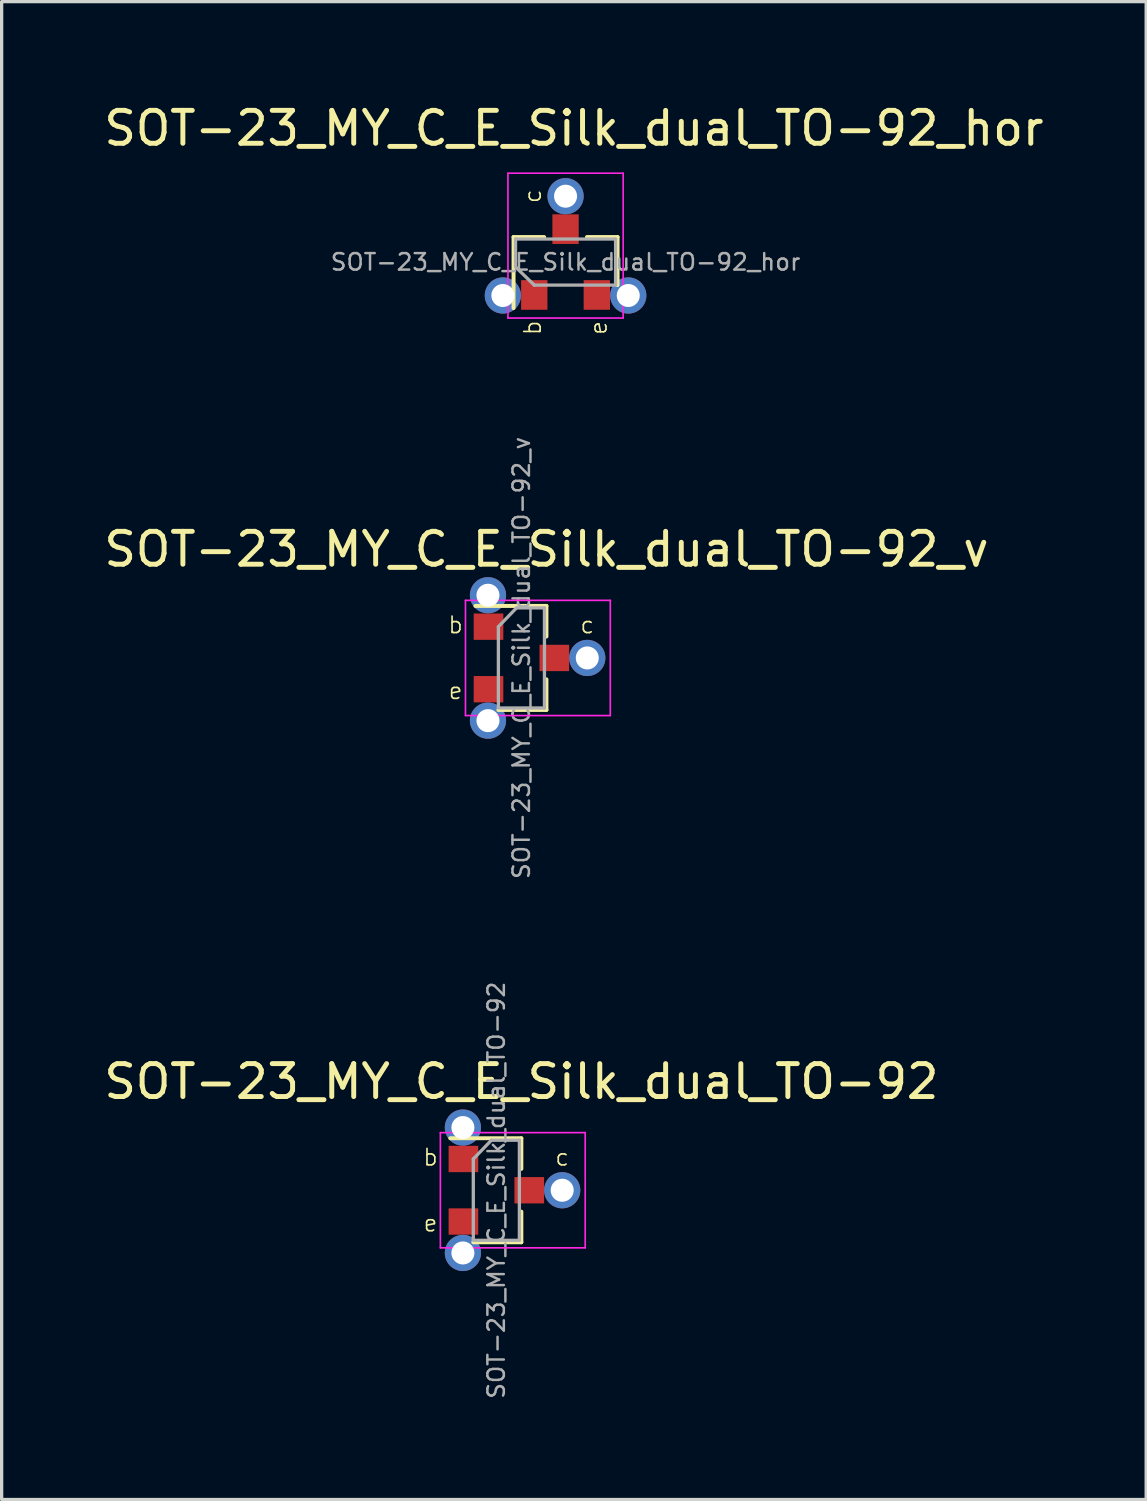
<source format=kicad_pcb>
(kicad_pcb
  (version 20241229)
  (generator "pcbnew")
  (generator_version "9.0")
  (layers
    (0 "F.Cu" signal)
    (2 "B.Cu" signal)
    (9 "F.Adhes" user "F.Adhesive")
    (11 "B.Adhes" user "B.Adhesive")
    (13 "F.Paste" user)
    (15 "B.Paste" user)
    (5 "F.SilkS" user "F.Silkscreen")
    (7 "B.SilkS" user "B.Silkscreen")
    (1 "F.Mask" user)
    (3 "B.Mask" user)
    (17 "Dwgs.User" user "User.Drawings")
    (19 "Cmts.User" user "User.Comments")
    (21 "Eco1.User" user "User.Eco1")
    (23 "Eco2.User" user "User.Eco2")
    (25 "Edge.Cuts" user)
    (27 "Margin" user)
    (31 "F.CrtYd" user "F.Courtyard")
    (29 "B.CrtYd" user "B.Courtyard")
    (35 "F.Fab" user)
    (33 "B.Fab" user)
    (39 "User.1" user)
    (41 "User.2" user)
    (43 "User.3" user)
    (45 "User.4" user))
  (footprint "SOT-23_MY_C_E_Silk_dual_TO-92_hor"
    (layer "F.Cu")
    (at 13.625 5.42)
    (property "Reference" "SOT-23_MY_C_E_Silk_dual_TO-92_hor" (at 0.762 -4.572 0) (layer "F.SilkS") (effects (font (size 1 1) (thickness 0.15))))
    (attr smd)
    (fp_line (start -1.072 -1.268) (end -1.072 0.892) (stroke (width 0.12) (type solid)) (layer "F.SilkS"))
    (fp_line (start -1.072 -1.268) (end -0.142 -1.268) (stroke (width 0.12) (type solid)) (layer "F.SilkS"))
    (fp_line (start 2.088 -1.268) (end 1.158 -1.268) (stroke (width 0.12) (type solid)) (layer "F.SilkS"))
    (fp_line (start 2.088 -1.268) (end 2.088 0.192) (stroke (width 0.12) (type solid)) (layer "F.SilkS"))
    (fp_line (start -1.242 -3.208) (end 2.258 -3.208) (stroke (width 0.05) (type solid)) (layer "F.CrtYd"))
    (fp_line (start -1.242 1.192) (end -1.242 -3.208) (stroke (width 0.05) (type solid)) (layer "F.CrtYd"))
    (fp_line (start 2.258 -3.208) (end 2.258 1.192) (stroke (width 0.05) (type solid)) (layer "F.CrtYd"))
    (fp_line (start 2.258 1.192) (end -1.242 1.192) (stroke (width 0.05) (type solid)) (layer "F.CrtYd"))
    (fp_line (start -1.012 -1.208) (end 2.028 -1.208) (stroke (width 0.1) (type solid)) (layer "F.Fab"))
    (fp_line (start -1.012 -0.358) (end -1.012 -1.208) (stroke (width 0.1) (type solid)) (layer "F.Fab"))
    (fp_line (start -0.442 0.192) (end -1.012 -0.358) (stroke (width 0.1) (type solid)) (layer "F.Fab"))
    (fp_line (start -0.442 0.192) (end 2.008 0.192) (stroke (width 0.1) (type solid)) (layer "F.Fab"))
    (fp_line (start 2.028 0.192) (end 2.028 -1.208) (stroke (width 0.1) (type solid)) (layer "F.Fab"))
    (fp_text user "b" (at -0.492 1.492 90) (unlocked yes) (layer "F.SilkS") (effects (font (size 0.5 0.5) (thickness 0.05))))
    (fp_text user "c" (at -0.492 -2.508 90) (unlocked yes) (layer "F.SilkS") (effects (font (size 0.5 0.5) (thickness 0.05))))
    (fp_text user "e" (at 1.508 1.492 90) (unlocked yes) (layer "F.SilkS") (effects (font (size 0.5 0.5) (thickness 0.05))))
    (fp_text user "${REFERENCE}" (at 0.508 -0.508 180) (layer "F.Fab") (effects (font (size 0.5 0.5) (thickness 0.075))))
    (pad "1" thru_hole circle (at -1.397 0.508 90) (size 1.1 1.1) (drill 0.7) (property pad_prop_testpoint) (layers "*.Cu" "F.Mask" "F.Paste") (remove_unused_layers yes) (keep_end_layers yes) (zone_layer_connections))
    (pad "1" smd rect (at -0.442 0.492 90) (size 0.9 0.8) (layers "F.Cu" "F.Mask" "F.Paste"))
    (pad "2" smd rect (at 1.458 0.492 90) (size 0.9 0.8) (layers "F.Cu" "F.Mask" "F.Paste"))
    (pad "2" thru_hole circle (at 2.413 0.508 90) (size 1.1 1.1) (drill 0.7) (property pad_prop_testpoint) (layers "*.Cu" "F.Mask" "F.Paste") (remove_unused_layers yes) (keep_end_layers yes) (zone_layer_connections))
    (pad "3" thru_hole circle (at 0.508 -2.509 90) (size 1.1 1.1) (drill 0.7) (property pad_prop_testpoint) (layers "*.Cu" "F.Mask" "F.Paste") (remove_unused_layers yes) (keep_end_layers yes) (zone_layer_connections))
    (pad "3" smd rect (at 0.508 -1.508 90) (size 0.9 0.8) (layers "F.Cu" "F.Mask" "F.Paste")))
  (footprint "SOT-23_MY_C_E_Silk_dual_TO-92_v"
    (layer "F.Cu")
    (at 12.792 16.94)
    (property "Reference" "SOT-23_MY_C_E_Silk_dual_TO-92_v" (at 0.762 -3.302 0) (layer "F.SilkS") (effects (font (size 1 1) (thickness 0.15))))
    (attr smd)
    (fp_line (start 0.76 -1.58) (end -1.4 -1.58) (stroke (width 0.12) (type solid)) (layer "F.SilkS"))
    (fp_line (start 0.76 -1.58) (end 0.76 -0.65) (stroke (width 0.12) (type solid)) (layer "F.SilkS"))
    (fp_line (start 0.76 1.58) (end -0.7 1.58) (stroke (width 0.12) (type solid)) (layer "F.SilkS"))
    (fp_line (start 0.76 1.58) (end 0.76 0.65) (stroke (width 0.12) (type solid)) (layer "F.SilkS"))
    (fp_line (start -1.7 -1.75) (end 2.7 -1.75) (stroke (width 0.05) (type solid)) (layer "F.CrtYd"))
    (fp_line (start -1.7 1.75) (end -1.7 -1.75) (stroke (width 0.05) (type solid)) (layer "F.CrtYd"))
    (fp_line (start 2.7 -1.75) (end 2.7 1.75) (stroke (width 0.05) (type solid)) (layer "F.CrtYd"))
    (fp_line (start 2.7 1.75) (end -1.7 1.75) (stroke (width 0.05) (type solid)) (layer "F.CrtYd"))
    (fp_line (start -0.7 -0.95) (end -0.7 1.5) (stroke (width 0.1) (type solid)) (layer "F.Fab"))
    (fp_line (start -0.7 -0.95) (end -0.15 -1.52) (stroke (width 0.1) (type solid)) (layer "F.Fab"))
    (fp_line (start -0.7 1.52) (end 0.7 1.52) (stroke (width 0.1) (type solid)) (layer "F.Fab"))
    (fp_line (start -0.15 -1.52) (end 0.7 -1.52) (stroke (width 0.1) (type solid)) (layer "F.Fab"))
    (fp_line (start 0.7 -1.52) (end 0.7 1.52) (stroke (width 0.1) (type solid)) (layer "F.Fab"))
    (fp_text user "c" (at 2 -1 0) (unlocked yes) (layer "F.SilkS") (effects (font (size 0.5 0.5) (thickness 0.05))))
    (fp_text user "b" (at -2 -1 0) (unlocked yes) (layer "F.SilkS") (effects (font (size 0.5 0.5) (thickness 0.05))))
    (fp_text user "e" (at -2 1 0) (unlocked yes) (layer "F.SilkS") (effects (font (size 0.5 0.5) (thickness 0.05))))
    (fp_text user "${REFERENCE}" (at 0 0 90) (layer "F.Fab") (effects (font (size 0.5 0.5) (thickness 0.075))))
    (pad "1" thru_hole circle (at -1.016 -1.905) (size 1.1 1.1) (drill 0.7) (property pad_prop_testpoint) (layers "*.Cu" "F.Mask" "F.Paste") (remove_unused_layers yes) (keep_end_layers yes) (zone_layer_connections))
    (pad "1" smd rect (at -1 -0.95) (size 0.9 0.8) (layers "F.Cu" "F.Mask" "F.Paste"))
    (pad "2" thru_hole circle (at -1.016 1.905) (size 1.1 1.1) (drill 0.7) (property pad_prop_testpoint) (layers "*.Cu" "F.Mask" "F.Paste") (remove_unused_layers yes) (keep_end_layers yes) (zone_layer_connections))
    (pad "2" smd rect (at -1 0.95) (size 0.9 0.8) (layers "F.Cu" "F.Mask" "F.Paste"))
    (pad "3" smd rect (at 1 0) (size 0.9 0.8) (layers "F.Cu" "F.Mask" "F.Paste"))
    (pad "3" thru_hole circle (at 2.001 0) (size 1.1 1.1) (drill 0.7) (property pad_prop_testpoint) (layers "*.Cu" "F.Mask" "F.Paste") (remove_unused_layers yes) (keep_end_layers yes) (zone_layer_connections)))
  (footprint "SOT-23_MY_C_E_Silk_dual_TO-92"
    (layer "F.Cu")
    (at 12.03 33.113)
    (property "Reference" "SOT-23_MY_C_E_Silk_dual_TO-92" (at 0.762 -3.302 0) (layer "F.SilkS") (effects (font (size 1 1) (thickness 0.15))))
    (attr smd)
    (fp_line (start 0.76 -1.58) (end -1.4 -1.58) (stroke (width 0.12) (type solid)) (layer "F.SilkS"))
    (fp_line (start 0.76 -1.58) (end 0.76 -0.65) (stroke (width 0.12) (type solid)) (layer "F.SilkS"))
    (fp_line (start 0.76 1.58) (end -0.7 1.58) (stroke (width 0.12) (type solid)) (layer "F.SilkS"))
    (fp_line (start 0.76 1.58) (end 0.76 0.65) (stroke (width 0.12) (type solid)) (layer "F.SilkS"))
    (fp_line (start -1.7 -1.75) (end 2.7 -1.75) (stroke (width 0.05) (type solid)) (layer "F.CrtYd"))
    (fp_line (start -1.7 1.75) (end -1.7 -1.75) (stroke (width 0.05) (type solid)) (layer "F.CrtYd"))
    (fp_line (start 2.7 -1.75) (end 2.7 1.75) (stroke (width 0.05) (type solid)) (layer "F.CrtYd"))
    (fp_line (start 2.7 1.75) (end -1.7 1.75) (stroke (width 0.05) (type solid)) (layer "F.CrtYd"))
    (fp_line (start -0.7 -0.95) (end -0.7 1.5) (stroke (width 0.1) (type solid)) (layer "F.Fab"))
    (fp_line (start -0.7 -0.95) (end -0.15 -1.52) (stroke (width 0.1) (type solid)) (layer "F.Fab"))
    (fp_line (start -0.7 1.52) (end 0.7 1.52) (stroke (width 0.1) (type solid)) (layer "F.Fab"))
    (fp_line (start -0.15 -1.52) (end 0.7 -1.52) (stroke (width 0.1) (type solid)) (layer "F.Fab"))
    (fp_line (start 0.7 -1.52) (end 0.7 1.52) (stroke (width 0.1) (type solid)) (layer "F.Fab"))
    (fp_text user "b" (at -2 -1 0) (unlocked yes) (layer "F.SilkS") (effects (font (size 0.5 0.5) (thickness 0.05))))
    (fp_text user "c" (at 2 -1 0) (unlocked yes) (layer "F.SilkS") (effects (font (size 0.5 0.5) (thickness 0.05))))
    (fp_text user "e" (at -2 1 0) (unlocked yes) (layer "F.SilkS") (effects (font (size 0.5 0.5) (thickness 0.05))))
    (fp_text user "${REFERENCE}" (at 0 0 90) (layer "F.Fab") (effects (font (size 0.5 0.5) (thickness 0.075))))
    (pad "1" thru_hole circle (at -1.016 -1.905) (size 1.1 1.1) (drill 0.7) (property pad_prop_testpoint) (layers "*.Cu" "F.Mask" "F.Paste") (remove_unused_layers yes) (keep_end_layers yes) (zone_layer_connections))
    (pad "1" smd rect (at -1 -0.95) (size 0.9 0.8) (layers "F.Cu" "F.Mask" "F.Paste"))
    (pad "2" thru_hole circle (at -1.016 1.905) (size 1.1 1.1) (drill 0.7) (property pad_prop_testpoint) (layers "*.Cu" "F.Mask" "F.Paste") (remove_unused_layers yes) (keep_end_layers yes) (zone_layer_connections))
    (pad "2" smd rect (at -1 0.95) (size 0.9 0.8) (layers "F.Cu" "F.Mask" "F.Paste"))
    (pad "3" smd rect (at 1 0) (size 0.9 0.8) (layers "F.Cu" "F.Mask" "F.Paste"))
    (pad "3" thru_hole circle (at 2.001 0) (size 1.1 1.1) (drill 0.7) (property pad_prop_testpoint) (layers "*.Cu" "F.Mask" "F.Paste") (remove_unused_layers yes) (keep_end_layers yes) (zone_layer_connections)))
  (gr_rect
    (start -3 -3)
    (end 31.774 42.509)
    (stroke (width 0.1) (type default))
    (fill no)
    (layer "Edge.Cuts")))
</source>
